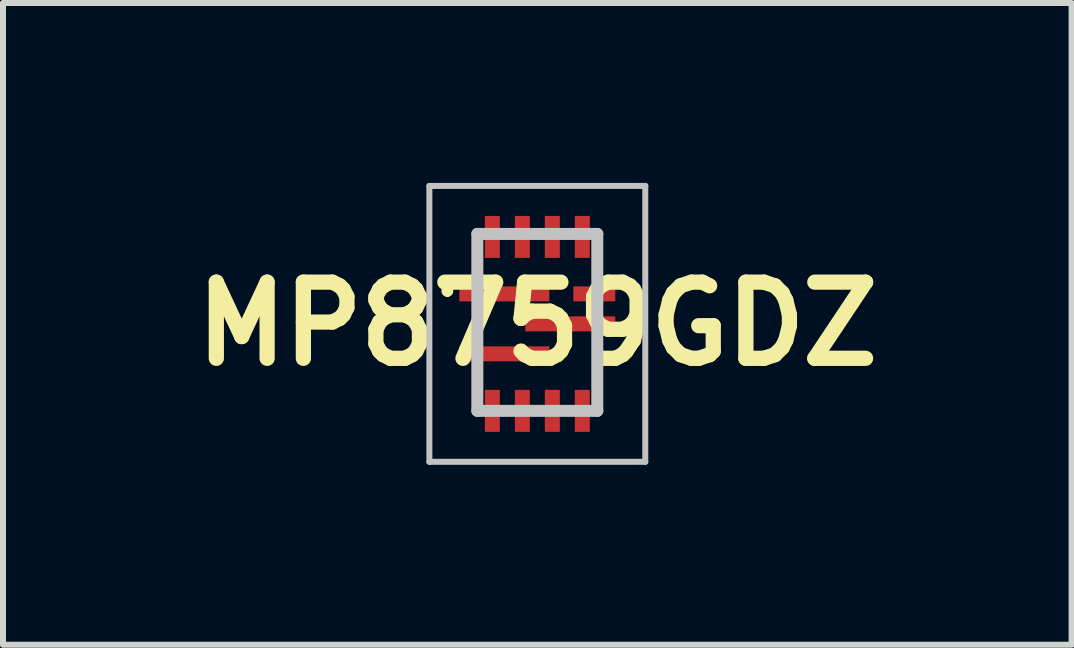
<source format=kicad_pcb>
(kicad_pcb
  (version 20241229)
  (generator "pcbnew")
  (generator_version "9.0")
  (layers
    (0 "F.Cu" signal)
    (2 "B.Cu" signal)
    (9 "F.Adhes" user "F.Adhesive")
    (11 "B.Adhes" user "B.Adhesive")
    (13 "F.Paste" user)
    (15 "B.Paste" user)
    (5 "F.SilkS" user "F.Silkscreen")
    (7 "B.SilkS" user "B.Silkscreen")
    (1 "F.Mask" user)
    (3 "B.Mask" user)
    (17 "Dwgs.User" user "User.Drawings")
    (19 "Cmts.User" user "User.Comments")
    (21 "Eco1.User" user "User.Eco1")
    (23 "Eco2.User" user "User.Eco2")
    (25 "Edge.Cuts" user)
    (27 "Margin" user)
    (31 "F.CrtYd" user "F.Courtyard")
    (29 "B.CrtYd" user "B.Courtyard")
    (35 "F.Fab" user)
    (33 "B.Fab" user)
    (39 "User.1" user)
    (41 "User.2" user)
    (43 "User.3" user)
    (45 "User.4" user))
  (footprint "MP8759GDZ"
    (layer "F.Cu")
    (at 5.909 2.35)
    (property "Reference" "MP8759GDZ" (at 0 0 0) (layer "F.SilkS") (effects (font (size 1.27 1.27) (thickness 0.254))))
    (attr smd)
    (fp_line (start -1.5 -0.6) (end -1.5 -0.6) (stroke (width 0.1) (type solid)) (layer "F.SilkS"))
    (fp_line (start -1.5 -0.5) (end -1.5 -0.5) (stroke (width 0.1) (type solid)) (layer "F.SilkS"))
    (fp_line (start -1 -0.8) (end -1 -1) (stroke (width 0.1) (type solid)) (layer "F.SilkS"))
    (fp_line (start -1 -0.2) (end -1 0.2) (stroke (width 0.1) (type solid)) (layer "F.SilkS"))
    (fp_line (start 1 -1) (end 1 -0.8) (stroke (width 0.1) (type solid)) (layer "F.SilkS"))
    (fp_line (start 1 0.3) (end 1 1) (stroke (width 0.1) (type solid)) (layer "F.SilkS"))
    (fp_arc (start -1.5 -0.6) (mid -1.45 -0.55) (end -1.5 -0.5) (stroke (width 0.1) (type solid)) (layer "F.SilkS"))
    (fp_arc (start -1.5 -0.5) (mid -1.55 -0.55) (end -1.5 -0.6) (stroke (width 0.1) (type solid)) (layer "F.SilkS"))
    (fp_line (start -1.8 -2.3) (end 1.8 -2.3) (stroke (width 0.1) (type solid)) (layer "Dwgs.User"))
    (fp_line (start -1.8 2.3) (end -1.8 -2.3) (stroke (width 0.1) (type solid)) (layer "Dwgs.User"))
    (fp_line (start -1 -1.5) (end 1 -1.5) (stroke (width 0.2) (type solid)) (layer "Dwgs.User"))
    (fp_line (start -1 1.45) (end -1 -1.5) (stroke (width 0.2) (type solid)) (layer "Dwgs.User"))
    (fp_line (start 1 -1.5) (end 1 1.45) (stroke (width 0.2) (type solid)) (layer "Dwgs.User"))
    (fp_line (start 1 1.45) (end -1 1.45) (stroke (width 0.2) (type solid)) (layer "Dwgs.User"))
    (fp_line (start 1.8 -2.3) (end 1.8 2.3) (stroke (width 0.1) (type solid)) (layer "Dwgs.User"))
    (fp_line (start 1.8 2.3) (end -1.8 2.3) (stroke (width 0.1) (type solid)) (layer "Dwgs.User"))
    (pad "1" smd rect (at -0.55 -0.5 90) (size 0.25 1.5) (layers "F.Cu" "F.Mask" "F.Paste"))
    (pad "2" smd rect (at -0.55 0.5 90) (size 0.25 1.5) (layers "F.Cu" "F.Mask" "F.Paste"))
    (pad "3" smd rect (at -0.75 1.45) (size 0.25 0.7) (layers "F.Cu" "F.Mask" "F.Paste"))
    (pad "4" smd rect (at -0.25 1.45) (size 0.25 0.7) (layers "F.Cu" "F.Mask" "F.Paste"))
    (pad "5" smd rect (at 0.25 1.45) (size 0.25 0.7) (layers "F.Cu" "F.Mask" "F.Paste"))
    (pad "6" smd rect (at 0.75 1.45) (size 0.25 0.7) (layers "F.Cu" "F.Mask" "F.Paste"))
    (pad "7" smd rect (at 0.55 0 90) (size 0.25 1.5) (layers "F.Cu" "F.Mask" "F.Paste"))
    (pad "8" smd rect (at 0.95 -0.5 90) (size 0.25 0.7) (layers "F.Cu" "F.Mask" "F.Paste"))
    (pad "9" smd rect (at 0.75 -1.45) (size 0.25 0.7) (layers "F.Cu" "F.Mask" "F.Paste"))
    (pad "10" smd rect (at 0.25 -1.45) (size 0.25 0.7) (layers "F.Cu" "F.Mask" "F.Paste"))
    (pad "11" smd rect (at -0.25 -1.45) (size 0.25 0.7) (layers "F.Cu" "F.Mask" "F.Paste"))
    (pad "12" smd rect (at -0.75 -1.45) (size 0.25 0.7) (layers "F.Cu" "F.Mask" "F.Paste")))
  (gr_rect
    (start -3 -3)
    (end 14.817 7.7)
    (stroke (width 0.1) (type default))
    (fill no)
    (layer "Edge.Cuts")))
</source>
